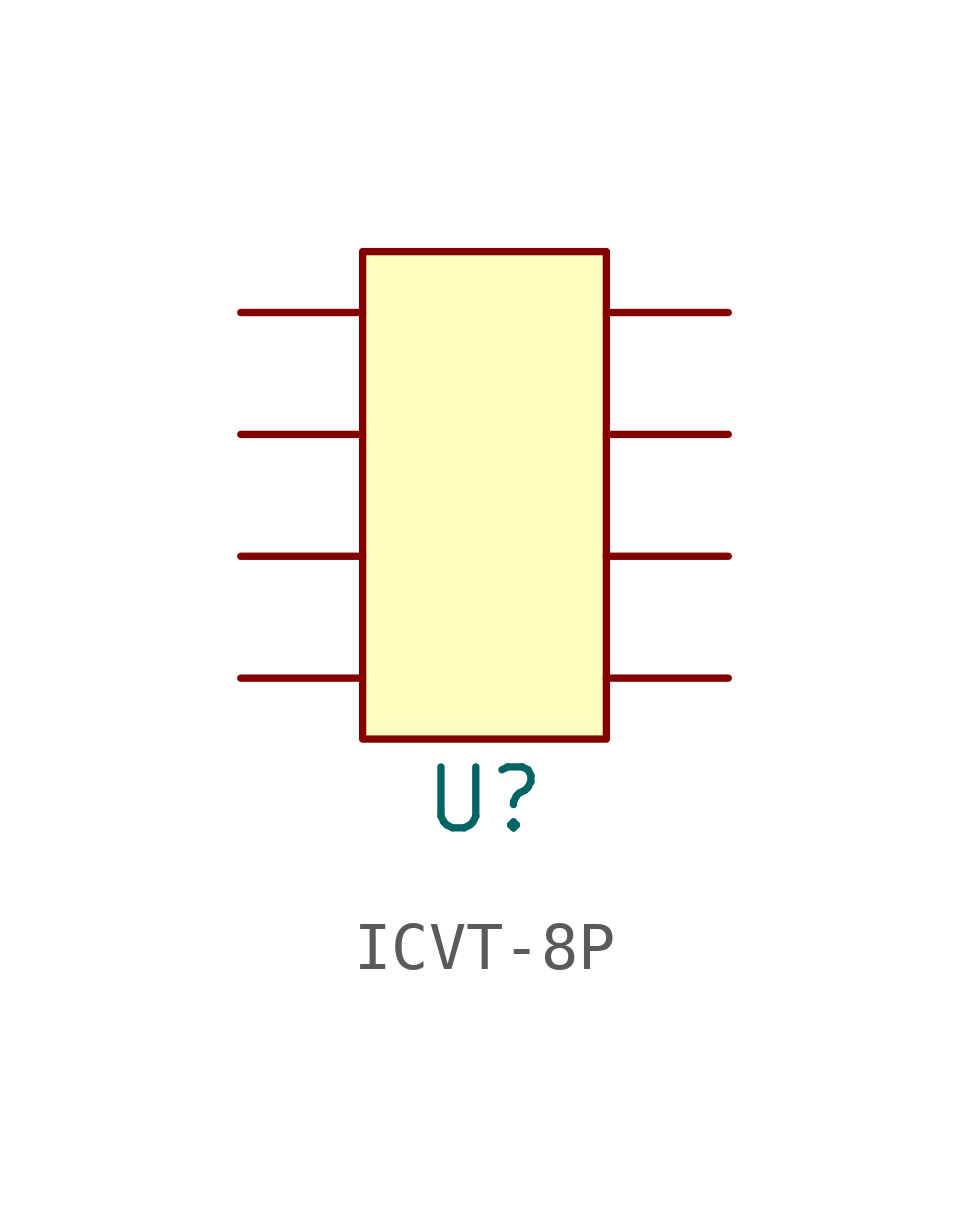
<source format=kicad_sym>
(kicad_symbol_lib
  (version 20241209)
  (generator "kicad_symbol_editor")
  (generator_version "9.0")
  (symbol "ICVT-8P"
    (property "Reference" "U"
      (at 0 -6.35 0)
      (effects (font (size 1.27 1.27))))
    (property "Value" ""
      (at 0 0 0)
      (effects (font (size 1.27 1.27))))
    (symbol "ICVT-8P_1_1"
      (rectangle (start -2.54 5.08) (end 2.54 -5.08) (stroke (width 0) (type solid)) (fill (type background)))
      (polyline (pts (xy -2.54 3.81) (xy -5.08 3.81)) (stroke (width 0) (type default)) (fill (type none)))
      (polyline (pts (xy -2.54 1.27) (xy -5.08 1.27)) (stroke (width 0) (type default)) (fill (type none)))
      (polyline (pts (xy -2.54 -1.27) (xy -5.08 -1.27)) (stroke (width 0) (type default)) (fill (type none)))
      (polyline (pts (xy -2.54 -3.81) (xy -5.08 -3.81)) (stroke (width 0) (type default)) (fill (type none)))
      (polyline (pts (xy 2.54 3.81) (xy 5.08 3.81)) (stroke (width 0) (type default)) (fill (type none)))
      (polyline (pts (xy 2.54 1.27) (xy 5.08 1.27)) (stroke (width 0) (type default)) (fill (type none)))
      (polyline (pts (xy 2.54 -1.27) (xy 5.08 -1.27)) (stroke (width 0) (type default)) (fill (type none)))
      (polyline (pts (xy 2.54 -3.81) (xy 5.08 -3.81)) (stroke (width 0) (type default)) (fill (type none))))))
</source>
